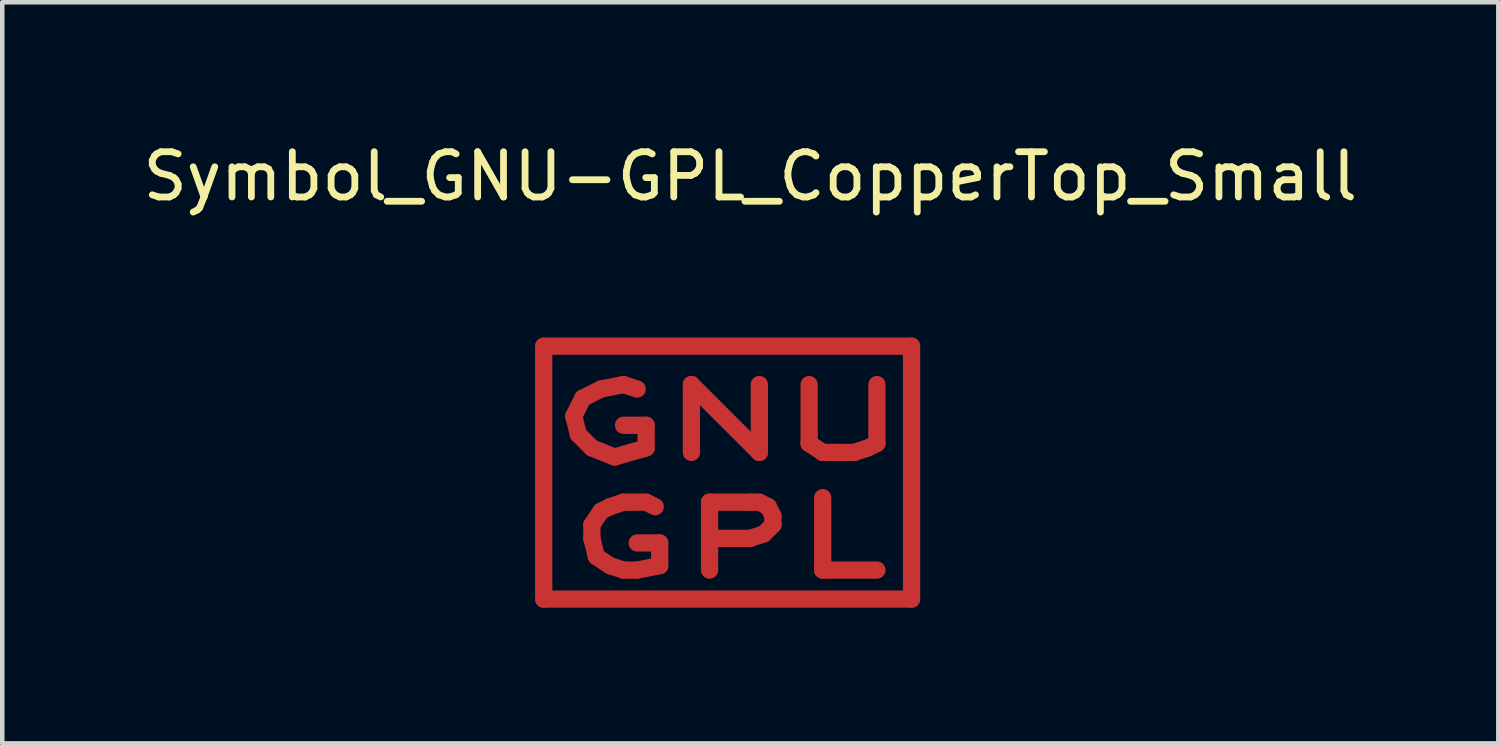
<source format=kicad_pcb>
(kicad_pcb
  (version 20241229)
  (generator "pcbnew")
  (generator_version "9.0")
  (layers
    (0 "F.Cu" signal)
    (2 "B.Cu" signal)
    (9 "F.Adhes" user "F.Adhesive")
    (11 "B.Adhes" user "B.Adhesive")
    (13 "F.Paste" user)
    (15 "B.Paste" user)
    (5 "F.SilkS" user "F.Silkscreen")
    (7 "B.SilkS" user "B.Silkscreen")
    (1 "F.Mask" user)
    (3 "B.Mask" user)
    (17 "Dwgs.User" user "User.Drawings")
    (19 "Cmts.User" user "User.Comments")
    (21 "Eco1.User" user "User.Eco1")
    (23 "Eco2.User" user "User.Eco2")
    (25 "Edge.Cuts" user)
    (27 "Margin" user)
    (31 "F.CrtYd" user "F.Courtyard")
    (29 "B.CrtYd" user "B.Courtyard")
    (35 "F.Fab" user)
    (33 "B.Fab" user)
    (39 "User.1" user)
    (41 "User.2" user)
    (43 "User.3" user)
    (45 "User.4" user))
  (footprint "Symbol_GNU-GPL_CopperTop_Small"
    (layer "F.Cu")
    (at 13.029 7.648)
    (property "Reference" "Symbol_GNU-GPL_CopperTop_Small" (at 0.5 -6.8 0) (layer "F.SilkS") (effects (font (size 1 1) (thickness 0.15))))
    (attr exclude_from_pos_files exclude_from_bom)
    (fp_line (start -4.064 -3.048) (end 4.064 -3.048) (stroke (width 0.381) (type solid)) (layer "F.Cu"))
    (fp_line (start -4.064 2.54) (end -4.064 -3.048) (stroke (width 0.381) (type solid)) (layer "F.Cu"))
    (fp_line (start -3.401 -1.501) (end -3.299 -1.1) (stroke (width 0.381) (type solid)) (layer "F.Cu"))
    (fp_line (start -3.299 -1.1) (end -3 -0.8) (stroke (width 0.381) (type solid)) (layer "F.Cu"))
    (fp_line (start -3.2 -1.9) (end -3.401 -1.501) (stroke (width 0.381) (type solid)) (layer "F.Cu"))
    (fp_line (start -3 -0.8) (end -2.499 -0.599) (stroke (width 0.381) (type solid)) (layer "F.Cu"))
    (fp_line (start -3 0.899) (end -3 1.199) (stroke (width 0.381) (type solid)) (layer "F.Cu"))
    (fp_line (start -3 1.199) (end -2.901 1.6) (stroke (width 0.381) (type solid)) (layer "F.Cu"))
    (fp_line (start -2.901 1.6) (end -2.601 1.801) (stroke (width 0.381) (type solid)) (layer "F.Cu"))
    (fp_line (start -2.799 -2.101) (end -3.2 -1.9) (stroke (width 0.381) (type solid)) (layer "F.Cu"))
    (fp_line (start -2.799 0.599) (end -3 0.899) (stroke (width 0.381) (type solid)) (layer "F.Cu"))
    (fp_line (start -2.601 0.5) (end -2.799 0.599) (stroke (width 0.381) (type solid)) (layer "F.Cu"))
    (fp_line (start -2.601 1.801) (end -2.301 1.9) (stroke (width 0.381) (type solid)) (layer "F.Cu"))
    (fp_line (start -2.499 -0.599) (end -1.801 -0.8) (stroke (width 0.381) (type solid)) (layer "F.Cu"))
    (fp_line (start -2.301 -2.2) (end -2.799 -2.101) (stroke (width 0.381) (type solid)) (layer "F.Cu"))
    (fp_line (start -2.301 0.399) (end -2.601 0.5) (stroke (width 0.381) (type solid)) (layer "F.Cu"))
    (fp_line (start -2.301 1.9) (end -1.999 1.9) (stroke (width 0.381) (type solid)) (layer "F.Cu"))
    (fp_line (start -1.999 -2.101) (end -2.301 -2.2) (stroke (width 0.381) (type solid)) (layer "F.Cu"))
    (fp_line (start -1.999 1.9) (end -1.501 1.801) (stroke (width 0.381) (type solid)) (layer "F.Cu"))
    (fp_line (start -1.801 -1.3) (end -2.301 -1.3) (stroke (width 0.381) (type solid)) (layer "F.Cu"))
    (fp_line (start -1.801 -0.8) (end -1.801 -1.3) (stroke (width 0.381) (type solid)) (layer "F.Cu"))
    (fp_line (start -1.801 0.399) (end -2.301 0.399) (stroke (width 0.381) (type solid)) (layer "F.Cu"))
    (fp_line (start -1.6 0.5) (end -1.801 0.399) (stroke (width 0.381) (type solid)) (layer "F.Cu"))
    (fp_line (start -1.501 1.3) (end -1.999 1.3) (stroke (width 0.381) (type solid)) (layer "F.Cu"))
    (fp_line (start -1.501 1.801) (end -1.501 1.3) (stroke (width 0.381) (type solid)) (layer "F.Cu"))
    (fp_line (start -0.8 -2.2) (end 0.701 -0.701) (stroke (width 0.381) (type solid)) (layer "F.Cu"))
    (fp_line (start -0.8 -0.701) (end -0.8 -2.2) (stroke (width 0.381) (type solid)) (layer "F.Cu"))
    (fp_line (start -0.399 0.399) (end 0.5 0.399) (stroke (width 0.381) (type solid)) (layer "F.Cu"))
    (fp_line (start -0.399 1.9) (end -0.399 0.399) (stroke (width 0.381) (type solid)) (layer "F.Cu"))
    (fp_line (start 0.5 0.399) (end 0.701 0.399) (stroke (width 0.381) (type solid)) (layer "F.Cu"))
    (fp_line (start 0.5 1.199) (end -0.399 1.199) (stroke (width 0.381) (type solid)) (layer "F.Cu"))
    (fp_line (start 0.701 -0.701) (end 0.701 -2.2) (stroke (width 0.381) (type solid)) (layer "F.Cu"))
    (fp_line (start 0.701 0.399) (end 0.899 0.5) (stroke (width 0.381) (type solid)) (layer "F.Cu"))
    (fp_line (start 0.8 1.1) (end 0.5 1.199) (stroke (width 0.381) (type solid)) (layer "F.Cu"))
    (fp_line (start 0.899 0.5) (end 1.001 0.701) (stroke (width 0.381) (type solid)) (layer "F.Cu"))
    (fp_line (start 1.001 0.701) (end 1.001 0.899) (stroke (width 0.381) (type solid)) (layer "F.Cu"))
    (fp_line (start 1.001 0.899) (end 0.8 1.1) (stroke (width 0.381) (type solid)) (layer "F.Cu"))
    (fp_line (start 1.801 -2.2) (end 1.801 -0.899) (stroke (width 0.381) (type solid)) (layer "F.Cu"))
    (fp_line (start 1.801 -0.899) (end 2.101 -0.701) (stroke (width 0.381) (type solid)) (layer "F.Cu"))
    (fp_line (start 2.101 -0.701) (end 2.4 -0.701) (stroke (width 0.381) (type solid)) (layer "F.Cu"))
    (fp_line (start 2.101 0.3) (end 2.101 1.9) (stroke (width 0.381) (type solid)) (layer "F.Cu"))
    (fp_line (start 2.101 1.9) (end 3.299 1.9) (stroke (width 0.381) (type solid)) (layer "F.Cu"))
    (fp_line (start 2.4 -0.701) (end 2.799 -0.701) (stroke (width 0.381) (type solid)) (layer "F.Cu"))
    (fp_line (start 2.799 -0.701) (end 3.099 -0.8) (stroke (width 0.381) (type solid)) (layer "F.Cu"))
    (fp_line (start 3.099 -0.8) (end 3.299 -0.899) (stroke (width 0.381) (type solid)) (layer "F.Cu"))
    (fp_line (start 3.299 -0.899) (end 3.299 -2.2) (stroke (width 0.381) (type solid)) (layer "F.Cu"))
    (fp_line (start 4.064 -3.048) (end 4.064 2.54) (stroke (width 0.381) (type solid)) (layer "F.Cu"))
    (fp_line (start 4.064 2.54) (end -4.064 2.54) (stroke (width 0.381) (type solid)) (layer "F.Cu")))
  (gr_rect
    (start -3 -3)
    (end 30.06 13.378)
    (stroke (width 0.1) (type default))
    (fill no)
    (layer "Edge.Cuts")))
</source>
